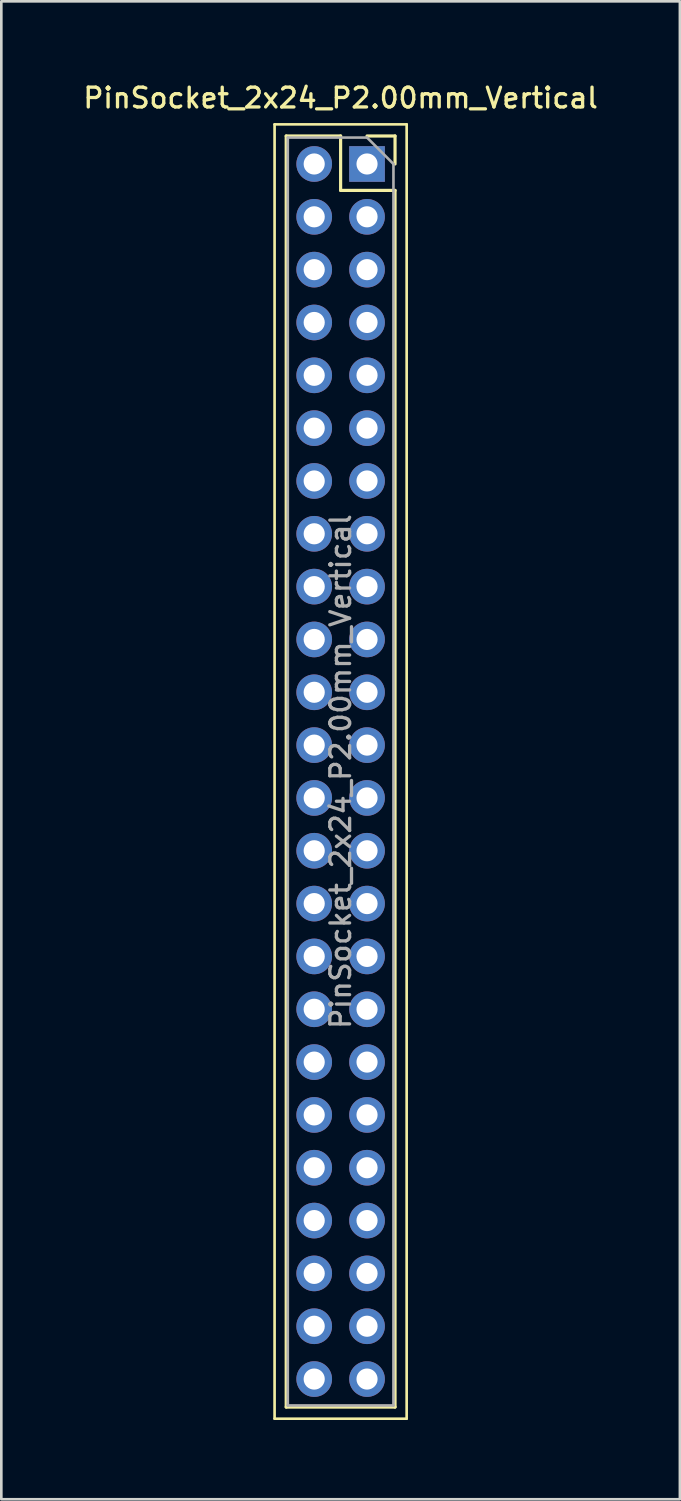
<source format=kicad_pcb>
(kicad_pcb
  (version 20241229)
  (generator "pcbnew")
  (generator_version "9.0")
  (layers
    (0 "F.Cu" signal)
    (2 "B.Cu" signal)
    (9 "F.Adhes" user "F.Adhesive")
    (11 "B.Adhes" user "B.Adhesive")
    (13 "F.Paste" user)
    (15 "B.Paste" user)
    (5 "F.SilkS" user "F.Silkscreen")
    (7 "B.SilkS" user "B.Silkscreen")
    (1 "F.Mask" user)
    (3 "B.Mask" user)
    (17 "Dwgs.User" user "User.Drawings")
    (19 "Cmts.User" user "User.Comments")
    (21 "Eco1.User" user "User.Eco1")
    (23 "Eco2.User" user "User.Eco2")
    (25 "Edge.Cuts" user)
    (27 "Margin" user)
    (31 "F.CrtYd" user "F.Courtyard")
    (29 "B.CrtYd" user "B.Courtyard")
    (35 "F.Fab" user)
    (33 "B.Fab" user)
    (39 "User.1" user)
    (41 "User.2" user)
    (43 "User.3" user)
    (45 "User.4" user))
  (footprint "PinSocket_2x24_P2.00mm_Vertical"
    (layer "F.Cu")
    (at 10.845 3.158)
    (property "Reference" "PinSocket_2x24_P2.00mm_Vertical" (at -1 -2.5 0) (layer "F.SilkS") (effects (font (size 0.75 0.75) (thickness 0.125))))
    (attr through_hole)
    (fp_line (start -3.5 -1.5) (end 1.5 -1.5) (stroke (width 0.1) (type solid)) (layer "F.SilkS"))
    (fp_line (start -3.5 47.5) (end -3.5 -1.5) (stroke (width 0.1) (type solid)) (layer "F.SilkS"))
    (fp_line (start -3.06 -1.06) (end -3.06 47.06) (stroke (width 0.12) (type solid)) (layer "F.SilkS"))
    (fp_line (start -3.06 -1.06) (end -1 -1.06) (stroke (width 0.12) (type solid)) (layer "F.SilkS"))
    (fp_line (start -3.06 47.06) (end 1.06 47.06) (stroke (width 0.12) (type solid)) (layer "F.SilkS"))
    (fp_line (start -1 -1.06) (end -1 1) (stroke (width 0.12) (type solid)) (layer "F.SilkS"))
    (fp_line (start -1 1) (end 1.06 1) (stroke (width 0.12) (type solid)) (layer "F.SilkS"))
    (fp_line (start 0 -1.06) (end 1.06 -1.06) (stroke (width 0.12) (type solid)) (layer "F.SilkS"))
    (fp_line (start 1.06 -1.06) (end 1.06 0) (stroke (width 0.12) (type solid)) (layer "F.SilkS"))
    (fp_line (start 1.06 1) (end 1.06 47.06) (stroke (width 0.12) (type solid)) (layer "F.SilkS"))
    (fp_line (start 1.5 -1.5) (end 1.5 47.5) (stroke (width 0.1) (type solid)) (layer "F.SilkS"))
    (fp_line (start 1.5 47.5) (end -3.5 47.5) (stroke (width 0.1) (type solid)) (layer "F.SilkS"))
    (fp_line (start -3 -1) (end 0 -1) (stroke (width 0.1) (type solid)) (layer "F.Fab"))
    (fp_line (start -3 47) (end -3 -1) (stroke (width 0.1) (type solid)) (layer "F.Fab"))
    (fp_line (start 0 -1) (end 1 0) (stroke (width 0.1) (type solid)) (layer "F.Fab"))
    (fp_line (start 1 0) (end 1 47) (stroke (width 0.1) (type solid)) (layer "F.Fab"))
    (fp_line (start 1 47) (end -3 47) (stroke (width 0.1) (type solid)) (layer "F.Fab"))
    (fp_text user "${REFERENCE}" (at -1 23 90) (layer "F.Fab") (effects (font (size 0.75 0.75) (thickness 0.125))))
    (pad "1" thru_hole rect (at 0 0) (size 1.35 1.35) (drill 0.8) (layers "*.Cu" "*.Mask"))
    (pad "2" thru_hole oval (at -2 0) (size 1.35 1.35) (drill 0.8) (layers "*.Cu" "*.Mask"))
    (pad "3" thru_hole oval (at 0 2) (size 1.35 1.35) (drill 0.8) (layers "*.Cu" "*.Mask"))
    (pad "4" thru_hole oval (at -2 2) (size 1.35 1.35) (drill 0.8) (layers "*.Cu" "*.Mask"))
    (pad "5" thru_hole oval (at 0 4) (size 1.35 1.35) (drill 0.8) (layers "*.Cu" "*.Mask"))
    (pad "6" thru_hole oval (at -2 4) (size 1.35 1.35) (drill 0.8) (layers "*.Cu" "*.Mask"))
    (pad "7" thru_hole oval (at 0 6) (size 1.35 1.35) (drill 0.8) (layers "*.Cu" "*.Mask"))
    (pad "8" thru_hole oval (at -2 6) (size 1.35 1.35) (drill 0.8) (layers "*.Cu" "*.Mask"))
    (pad "9" thru_hole oval (at 0 8) (size 1.35 1.35) (drill 0.8) (layers "*.Cu" "*.Mask"))
    (pad "10" thru_hole oval (at -2 8) (size 1.35 1.35) (drill 0.8) (layers "*.Cu" "*.Mask"))
    (pad "11" thru_hole oval (at 0 10) (size 1.35 1.35) (drill 0.8) (layers "*.Cu" "*.Mask"))
    (pad "12" thru_hole oval (at -2 10) (size 1.35 1.35) (drill 0.8) (layers "*.Cu" "*.Mask"))
    (pad "13" thru_hole oval (at 0 12) (size 1.35 1.35) (drill 0.8) (layers "*.Cu" "*.Mask"))
    (pad "14" thru_hole oval (at -2 12) (size 1.35 1.35) (drill 0.8) (layers "*.Cu" "*.Mask"))
    (pad "15" thru_hole oval (at 0 14) (size 1.35 1.35) (drill 0.8) (layers "*.Cu" "*.Mask"))
    (pad "16" thru_hole oval (at -2 14) (size 1.35 1.35) (drill 0.8) (layers "*.Cu" "*.Mask"))
    (pad "17" thru_hole oval (at 0 16) (size 1.35 1.35) (drill 0.8) (layers "*.Cu" "*.Mask"))
    (pad "18" thru_hole oval (at -2 16) (size 1.35 1.35) (drill 0.8) (layers "*.Cu" "*.Mask"))
    (pad "19" thru_hole oval (at 0 18) (size 1.35 1.35) (drill 0.8) (layers "*.Cu" "*.Mask"))
    (pad "20" thru_hole oval (at -2 18) (size 1.35 1.35) (drill 0.8) (layers "*.Cu" "*.Mask"))
    (pad "21" thru_hole oval (at 0 20) (size 1.35 1.35) (drill 0.8) (layers "*.Cu" "*.Mask"))
    (pad "22" thru_hole oval (at -2 20) (size 1.35 1.35) (drill 0.8) (layers "*.Cu" "*.Mask"))
    (pad "23" thru_hole oval (at 0 22) (size 1.35 1.35) (drill 0.8) (layers "*.Cu" "*.Mask"))
    (pad "24" thru_hole oval (at -2 22) (size 1.35 1.35) (drill 0.8) (layers "*.Cu" "*.Mask"))
    (pad "25" thru_hole oval (at 0 24) (size 1.35 1.35) (drill 0.8) (layers "*.Cu" "*.Mask"))
    (pad "26" thru_hole oval (at -2 24) (size 1.35 1.35) (drill 0.8) (layers "*.Cu" "*.Mask"))
    (pad "27" thru_hole oval (at 0 26) (size 1.35 1.35) (drill 0.8) (layers "*.Cu" "*.Mask"))
    (pad "28" thru_hole oval (at -2 26) (size 1.35 1.35) (drill 0.8) (layers "*.Cu" "*.Mask"))
    (pad "29" thru_hole oval (at 0 28) (size 1.35 1.35) (drill 0.8) (layers "*.Cu" "*.Mask"))
    (pad "30" thru_hole oval (at -2 28) (size 1.35 1.35) (drill 0.8) (layers "*.Cu" "*.Mask"))
    (pad "31" thru_hole oval (at 0 30) (size 1.35 1.35) (drill 0.8) (layers "*.Cu" "*.Mask"))
    (pad "32" thru_hole oval (at -2 30) (size 1.35 1.35) (drill 0.8) (layers "*.Cu" "*.Mask"))
    (pad "33" thru_hole oval (at 0 32) (size 1.35 1.35) (drill 0.8) (layers "*.Cu" "*.Mask"))
    (pad "34" thru_hole oval (at -2 32) (size 1.35 1.35) (drill 0.8) (layers "*.Cu" "*.Mask"))
    (pad "35" thru_hole oval (at 0 34) (size 1.35 1.35) (drill 0.8) (layers "*.Cu" "*.Mask"))
    (pad "36" thru_hole oval (at -2 34) (size 1.35 1.35) (drill 0.8) (layers "*.Cu" "*.Mask"))
    (pad "37" thru_hole oval (at 0 36) (size 1.35 1.35) (drill 0.8) (layers "*.Cu" "*.Mask"))
    (pad "38" thru_hole oval (at -2 36) (size 1.35 1.35) (drill 0.8) (layers "*.Cu" "*.Mask"))
    (pad "39" thru_hole oval (at 0 38) (size 1.35 1.35) (drill 0.8) (layers "*.Cu" "*.Mask"))
    (pad "40" thru_hole oval (at -2 38) (size 1.35 1.35) (drill 0.8) (layers "*.Cu" "*.Mask"))
    (pad "41" thru_hole oval (at 0 40) (size 1.35 1.35) (drill 0.8) (layers "*.Cu" "*.Mask"))
    (pad "42" thru_hole oval (at -2 40) (size 1.35 1.35) (drill 0.8) (layers "*.Cu" "*.Mask"))
    (pad "43" thru_hole oval (at 0 42) (size 1.35 1.35) (drill 0.8) (layers "*.Cu" "*.Mask"))
    (pad "44" thru_hole oval (at -2 42) (size 1.35 1.35) (drill 0.8) (layers "*.Cu" "*.Mask"))
    (pad "45" thru_hole oval (at 0 44) (size 1.35 1.35) (drill 0.8) (layers "*.Cu" "*.Mask"))
    (pad "46" thru_hole oval (at -2 44) (size 1.35 1.35) (drill 0.8) (layers "*.Cu" "*.Mask"))
    (pad "47" thru_hole oval (at 0 46) (size 1.35 1.35) (drill 0.8) (layers "*.Cu" "*.Mask"))
    (pad "48" thru_hole oval (at -2 46) (size 1.35 1.35) (drill 0.8) (layers "*.Cu" "*.Mask")))
  (gr_rect
    (start -3 -3)
    (end 22.689 53.708)
    (stroke (width 0.1) (type default))
    (fill no)
    (layer "Edge.Cuts")))
</source>
